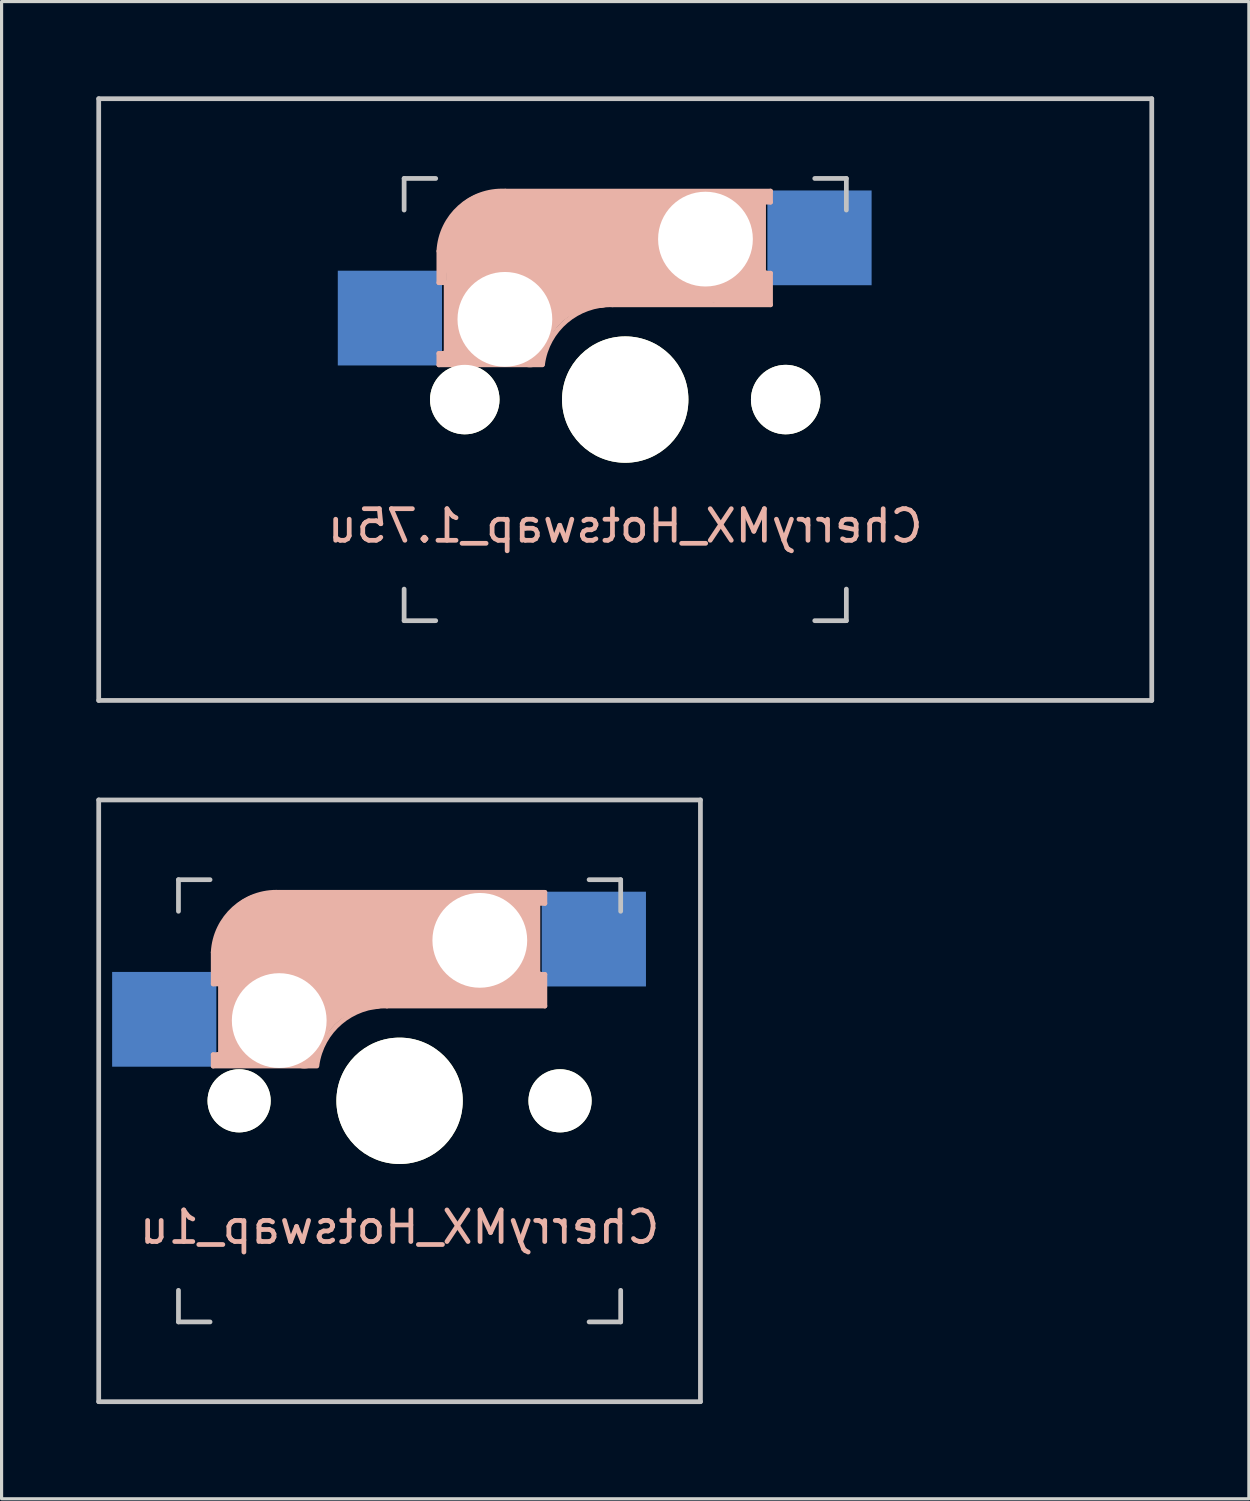
<source format=kicad_pcb>
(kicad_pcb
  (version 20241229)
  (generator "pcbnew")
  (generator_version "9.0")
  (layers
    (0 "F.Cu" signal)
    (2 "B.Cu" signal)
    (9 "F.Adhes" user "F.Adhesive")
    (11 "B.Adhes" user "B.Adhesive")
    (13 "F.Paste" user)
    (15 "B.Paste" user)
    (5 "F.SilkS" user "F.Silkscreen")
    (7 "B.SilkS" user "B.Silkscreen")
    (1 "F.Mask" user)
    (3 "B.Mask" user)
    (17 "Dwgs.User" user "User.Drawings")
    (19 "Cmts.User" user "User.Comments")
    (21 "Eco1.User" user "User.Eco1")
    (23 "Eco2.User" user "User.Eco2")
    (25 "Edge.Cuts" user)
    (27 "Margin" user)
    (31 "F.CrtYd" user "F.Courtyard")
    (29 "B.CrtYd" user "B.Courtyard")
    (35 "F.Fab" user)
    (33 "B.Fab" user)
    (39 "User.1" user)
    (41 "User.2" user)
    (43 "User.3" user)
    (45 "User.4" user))
  (footprint "CherryMX_Hotswap_1.75u"
    (layer "F.Cu")
    (at 16.744 9.6)
    (property "Reference" "CherryMX_Hotswap_1.75u" (at 0 4 0) (layer "B.SilkS") (effects (font (size 1 1) (thickness 0.15)) (justify mirror)))
    (attr smd)
    (fp_line (start -5.9 -4.7) (end -5.9 -3.7) (stroke (width 0.15) (type solid)) (layer "B.SilkS"))
    (fp_line (start -5.9 -3.7) (end -5.7 -3.7) (stroke (width 0.15) (type solid)) (layer "B.SilkS"))
    (fp_line (start -5.9 -1.1) (end -5.9 -1.46) (stroke (width 0.15) (type solid)) (layer "B.SilkS"))
    (fp_line (start -5.9 -1.1) (end -2.62 -1.1) (stroke (width 0.15) (type solid)) (layer "B.SilkS"))
    (fp_line (start -5.8 -3.8) (end -5.8 -4.7) (stroke (width 0.3) (type solid)) (layer "B.SilkS"))
    (fp_line (start -5.7 -1.46) (end -5.9 -1.46) (stroke (width 0.15) (type solid)) (layer "B.SilkS"))
    (fp_line (start -5.7 -1.3) (end -3 -1.3) (stroke (width 0.5) (type solid)) (layer "B.SilkS"))
    (fp_line (start -5.67 -3.7) (end -5.67 -1.46) (stroke (width 0.15) (type solid)) (layer "B.SilkS"))
    (fp_line (start -5.3 -1.6) (end -5.3 -3.4) (stroke (width 0.8) (type solid)) (layer "B.SilkS"))
    (fp_line (start -4.17 -5.1) (end -4.17 -2.86) (stroke (width 3) (type solid)) (layer "B.SilkS"))
    (fp_line (start -0.4 -3) (end 4.6 -3) (stroke (width 0.15) (type solid)) (layer "B.SilkS"))
    (fp_line (start 2.6 -4.8) (end -4.1 -4.8) (stroke (width 3.5) (type solid)) (layer "B.SilkS"))
    (fp_line (start 3.9 -6) (end 3.9 -3.5) (stroke (width 1) (type solid)) (layer "B.SilkS"))
    (fp_line (start 4.3 -3.3) (end 2.9 -3.3) (stroke (width 0.5) (type solid)) (layer "B.SilkS"))
    (fp_line (start 4.38 -4) (end 4.38 -6.25) (stroke (width 0.15) (type solid)) (layer "B.SilkS"))
    (fp_line (start 4.4 -6.4) (end 3 -6.4) (stroke (width 0.4) (type solid)) (layer "B.SilkS"))
    (fp_line (start 4.4 -6.25) (end 4.6 -6.25) (stroke (width 0.15) (type solid)) (layer "B.SilkS"))
    (fp_line (start 4.4 -3.9) (end 4.4 -3.2) (stroke (width 0.4) (type solid)) (layer "B.SilkS"))
    (fp_line (start 4.6 -6.6) (end -3.8 -6.6) (stroke (width 0.15) (type solid)) (layer "B.SilkS"))
    (fp_line (start 4.6 -6.25) (end 4.6 -6.6) (stroke (width 0.15) (type solid)) (layer "B.SilkS"))
    (fp_line (start 4.6 -4) (end 4.4 -4) (stroke (width 0.15) (type solid)) (layer "B.SilkS"))
    (fp_line (start 4.6 -3) (end 4.6 -4) (stroke (width 0.15) (type solid)) (layer "B.SilkS"))
    (fp_arc (start -5.9 -4.699999) (mid -5.243504 -6.084924) (end -3.800001 -6.6) (stroke (width 0.15) (type solid)) (layer "B.SilkS"))
    (fp_arc (start -3.016318 -1.521471) (mid -2.268709 -2.886118) (end -0.8 -3.4) (stroke (width 1) (type solid)) (layer "B.SilkS"))
    (fp_arc (start -2.616318 -1.121471) (mid -1.868709 -2.486118) (end -0.4 -3) (stroke (width 0.15) (type solid)) (layer "B.SilkS"))
    (fp_line (start -16.669 -9.525) (end 16.669 -9.525) (stroke (width 0.15) (type solid)) (layer "Dwgs.User"))
    (fp_line (start -16.669 9.525) (end -16.669 -9.525) (stroke (width 0.15) (type solid)) (layer "Dwgs.User"))
    (fp_line (start -7 -7) (end -6 -7) (stroke (width 0.15) (type solid)) (layer "Dwgs.User"))
    (fp_line (start -7 -6) (end -7 -7) (stroke (width 0.15) (type solid)) (layer "Dwgs.User"))
    (fp_line (start -7 6) (end -7 7) (stroke (width 0.15) (type solid)) (layer "Dwgs.User"))
    (fp_line (start -7 7) (end -6 7) (stroke (width 0.15) (type solid)) (layer "Dwgs.User"))
    (fp_line (start 6 7) (end 7 7) (stroke (width 0.15) (type solid)) (layer "Dwgs.User"))
    (fp_line (start 7 -7) (end 6 -7) (stroke (width 0.15) (type solid)) (layer "Dwgs.User"))
    (fp_line (start 7 -7) (end 7 -6) (stroke (width 0.15) (type solid)) (layer "Dwgs.User"))
    (fp_line (start 7 7) (end 7 6) (stroke (width 0.15) (type solid)) (layer "Dwgs.User"))
    (fp_line (start 16.669 -9.525) (end 16.669 9.525) (stroke (width 0.15) (type solid)) (layer "Dwgs.User"))
    (fp_line (start 16.669 9.525) (end -16.669 9.525) (stroke (width 0.15) (type solid)) (layer "Dwgs.User"))
    (pad "" np_thru_hole circle (at -5.08 0) (size 2.2 2.2) (drill 2.2) (layers "*.Cu" "*.Mask" "F.SilkS"))
    (pad "" np_thru_hole circle (at -3.81 -2.54 180) (size 3 3) (drill 3) (layers "*.Cu" "*.Mask"))
    (pad "" np_thru_hole circle (at 0 0 90) (size 4 4) (drill 4) (layers "*.Cu" "*.Mask" "F.SilkS"))
    (pad "" np_thru_hole circle (at 2.54 -5.08 180) (size 3 3) (drill 3) (layers "*.Cu" "*.Mask"))
    (pad "" np_thru_hole circle (at 5.08 0) (size 2.2 2.2) (drill 2.2) (layers "*.Cu" "*.Mask" "F.SilkS"))
    (pad "1" smd rect (at -7 -2.58 180) (size 3.3 3) (drill (offset 0.45 0)) (layers "B.Cu" "B.Mask" "B.Paste"))
    (pad "2" smd rect (at 5.7 -5.12 180) (size 3.3 3) (drill (offset -0.45 0)) (layers "B.Cu" "B.Mask" "B.Paste")))
  (footprint "CherryMX_Hotswap_1u"
    (layer "F.Cu")
    (at 9.6 31.8)
    (property "Reference" "CherryMX_Hotswap_1u" (at 0 4 0) (layer "B.SilkS") (effects (font (size 1 1) (thickness 0.15)) (justify mirror)))
    (attr smd)
    (fp_line (start -5.9 -4.7) (end -5.9 -3.7) (stroke (width 0.15) (type solid)) (layer "B.SilkS"))
    (fp_line (start -5.9 -3.7) (end -5.7 -3.7) (stroke (width 0.15) (type solid)) (layer "B.SilkS"))
    (fp_line (start -5.9 -1.1) (end -5.9 -1.46) (stroke (width 0.15) (type solid)) (layer "B.SilkS"))
    (fp_line (start -5.9 -1.1) (end -2.62 -1.1) (stroke (width 0.15) (type solid)) (layer "B.SilkS"))
    (fp_line (start -5.8 -3.8) (end -5.8 -4.7) (stroke (width 0.3) (type solid)) (layer "B.SilkS"))
    (fp_line (start -5.7 -1.46) (end -5.9 -1.46) (stroke (width 0.15) (type solid)) (layer "B.SilkS"))
    (fp_line (start -5.7 -1.3) (end -3 -1.3) (stroke (width 0.5) (type solid)) (layer "B.SilkS"))
    (fp_line (start -5.67 -3.7) (end -5.67 -1.46) (stroke (width 0.15) (type solid)) (layer "B.SilkS"))
    (fp_line (start -5.3 -1.6) (end -5.3 -3.4) (stroke (width 0.8) (type solid)) (layer "B.SilkS"))
    (fp_line (start -4.17 -5.1) (end -4.17 -2.86) (stroke (width 3) (type solid)) (layer "B.SilkS"))
    (fp_line (start -0.4 -3) (end 4.6 -3) (stroke (width 0.15) (type solid)) (layer "B.SilkS"))
    (fp_line (start 2.6 -4.8) (end -4.1 -4.8) (stroke (width 3.5) (type solid)) (layer "B.SilkS"))
    (fp_line (start 3.9 -6) (end 3.9 -3.5) (stroke (width 1) (type solid)) (layer "B.SilkS"))
    (fp_line (start 4.3 -3.3) (end 2.9 -3.3) (stroke (width 0.5) (type solid)) (layer "B.SilkS"))
    (fp_line (start 4.38 -4) (end 4.38 -6.25) (stroke (width 0.15) (type solid)) (layer "B.SilkS"))
    (fp_line (start 4.4 -6.4) (end 3 -6.4) (stroke (width 0.4) (type solid)) (layer "B.SilkS"))
    (fp_line (start 4.4 -6.25) (end 4.6 -6.25) (stroke (width 0.15) (type solid)) (layer "B.SilkS"))
    (fp_line (start 4.4 -3.9) (end 4.4 -3.2) (stroke (width 0.4) (type solid)) (layer "B.SilkS"))
    (fp_line (start 4.6 -6.6) (end -3.8 -6.6) (stroke (width 0.15) (type solid)) (layer "B.SilkS"))
    (fp_line (start 4.6 -6.25) (end 4.6 -6.6) (stroke (width 0.15) (type solid)) (layer "B.SilkS"))
    (fp_line (start 4.6 -4) (end 4.4 -4) (stroke (width 0.15) (type solid)) (layer "B.SilkS"))
    (fp_line (start 4.6 -3) (end 4.6 -4) (stroke (width 0.15) (type solid)) (layer "B.SilkS"))
    (fp_arc (start -5.9 -4.699999) (mid -5.243504 -6.084924) (end -3.800001 -6.6) (stroke (width 0.15) (type solid)) (layer "B.SilkS"))
    (fp_arc (start -3.016318 -1.521471) (mid -2.268709 -2.886118) (end -0.8 -3.4) (stroke (width 1) (type solid)) (layer "B.SilkS"))
    (fp_arc (start -2.616318 -1.121471) (mid -1.868709 -2.486118) (end -0.4 -3) (stroke (width 0.15) (type solid)) (layer "B.SilkS"))
    (fp_line (start -9.525 -9.525) (end 9.525 -9.525) (stroke (width 0.15) (type solid)) (layer "Dwgs.User"))
    (fp_line (start -9.525 9.525) (end -9.525 -9.525) (stroke (width 0.15) (type solid)) (layer "Dwgs.User"))
    (fp_line (start -7 -7) (end -6 -7) (stroke (width 0.15) (type solid)) (layer "Dwgs.User"))
    (fp_line (start -7 -6) (end -7 -7) (stroke (width 0.15) (type solid)) (layer "Dwgs.User"))
    (fp_line (start -7 6) (end -7 7) (stroke (width 0.15) (type solid)) (layer "Dwgs.User"))
    (fp_line (start -7 7) (end -6 7) (stroke (width 0.15) (type solid)) (layer "Dwgs.User"))
    (fp_line (start 6 7) (end 7 7) (stroke (width 0.15) (type solid)) (layer "Dwgs.User"))
    (fp_line (start 7 -7) (end 6 -7) (stroke (width 0.15) (type solid)) (layer "Dwgs.User"))
    (fp_line (start 7 -7) (end 7 -6) (stroke (width 0.15) (type solid)) (layer "Dwgs.User"))
    (fp_line (start 7 7) (end 7 6) (stroke (width 0.15) (type solid)) (layer "Dwgs.User"))
    (fp_line (start 9.525 -9.525) (end 9.525 9.525) (stroke (width 0.15) (type solid)) (layer "Dwgs.User"))
    (fp_line (start 9.525 9.525) (end -9.525 9.525) (stroke (width 0.15) (type solid)) (layer "Dwgs.User"))
    (pad "" np_thru_hole circle (at -5.08 0) (size 2 2) (drill 2) (layers "*.Cu" "*.Mask" "F.SilkS"))
    (pad "" np_thru_hole circle (at -3.81 -2.54 180) (size 3 3) (drill 3) (layers "*.Cu" "*.Mask"))
    (pad "" np_thru_hole circle (at 0 0 90) (size 4 4) (drill 4) (layers "*.Cu" "*.Mask" "F.SilkS"))
    (pad "" np_thru_hole circle (at 2.54 -5.08 180) (size 3 3) (drill 3) (layers "*.Cu" "*.Mask"))
    (pad "" np_thru_hole circle (at 5.08 0) (size 2 2) (drill 2) (layers "*.Cu" "*.Mask" "F.SilkS"))
    (pad "1" smd rect (at -7 -2.58 180) (size 3.3 3) (drill (offset 0.45 0)) (layers "B.Cu" "B.Mask" "B.Paste"))
    (pad "2" smd rect (at 5.7 -5.12 180) (size 3.3 3) (drill (offset -0.45 0)) (layers "B.Cu" "B.Mask" "B.Paste")))
  (gr_rect
    (start -3 -3)
    (end 36.487 44.4)
    (stroke (width 0.1) (type default))
    (fill no)
    (layer "Edge.Cuts")))
</source>
